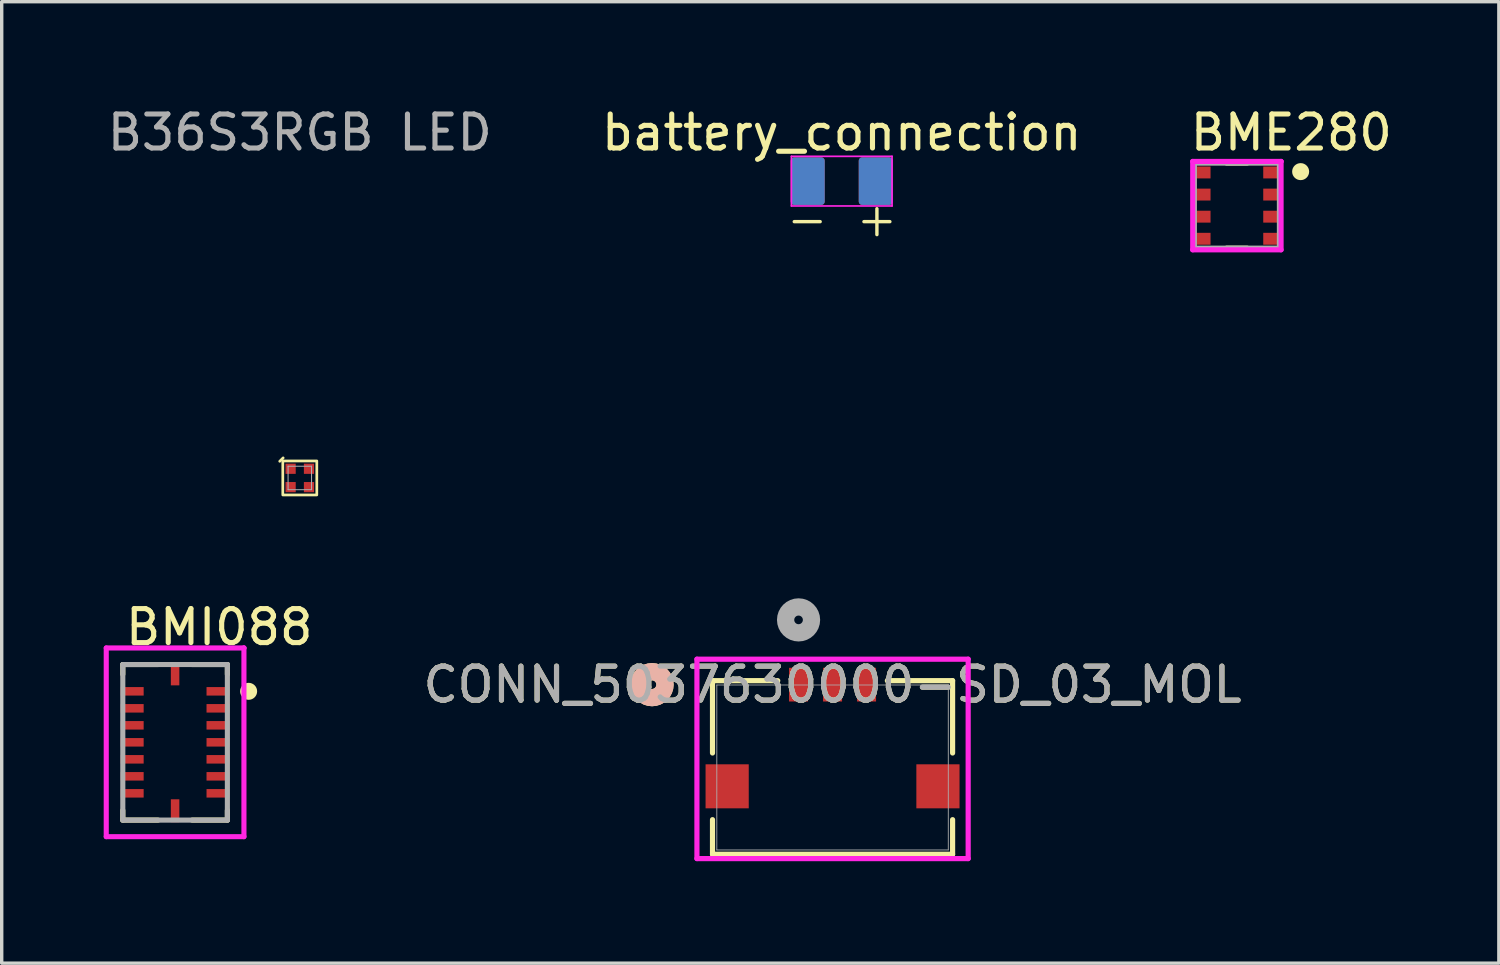
<source format=kicad_pcb>
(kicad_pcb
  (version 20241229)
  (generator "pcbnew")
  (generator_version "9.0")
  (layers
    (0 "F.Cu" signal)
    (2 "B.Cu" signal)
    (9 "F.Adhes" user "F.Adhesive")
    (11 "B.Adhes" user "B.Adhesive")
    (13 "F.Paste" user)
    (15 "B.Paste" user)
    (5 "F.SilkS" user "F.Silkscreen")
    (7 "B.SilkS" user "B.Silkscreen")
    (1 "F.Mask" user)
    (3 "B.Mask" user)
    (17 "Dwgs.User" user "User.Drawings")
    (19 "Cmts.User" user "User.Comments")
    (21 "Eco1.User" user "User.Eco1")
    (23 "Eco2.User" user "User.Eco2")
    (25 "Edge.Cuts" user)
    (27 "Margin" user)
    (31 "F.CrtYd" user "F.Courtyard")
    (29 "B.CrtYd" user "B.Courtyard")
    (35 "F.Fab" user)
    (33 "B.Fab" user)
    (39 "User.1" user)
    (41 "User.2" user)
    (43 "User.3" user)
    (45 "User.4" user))
  (footprint "battery_connection"
    (layer "F.Cu")
    (at 21.708 2.278)
    (property "Reference" "battery_connection" (at 0 -1.43 0) (layer "F.SilkS") (effects (font (size 1 1) (thickness 0.15))))
    (attr smd)
    (fp_line (start -1.48 -0.73) (end 1.48 -0.73) (stroke (width 0.05) (type solid)) (layer "F.CrtYd"))
    (fp_line (start -1.48 0.73) (end -1.48 -0.73) (stroke (width 0.05) (type solid)) (layer "F.CrtYd"))
    (fp_line (start 1.48 -0.73) (end 1.48 0.73) (stroke (width 0.05) (type solid)) (layer "F.CrtYd"))
    (fp_line (start 1.48 0.73) (end -1.48 0.73) (stroke (width 0.05) (type solid)) (layer "F.CrtYd"))
    (fp_text user "+" (at 0.35 1.7 0) (unlocked yes) (layer "F.SilkS") (effects (font (size 1 1) (thickness 0.1)) (justify left bottom)))
    (fp_text user "-" (at -1.7 1.7 0) (unlocked yes) (layer "F.SilkS") (effects (font (size 1 1) (thickness 0.1)) (justify left bottom)))
    (pad "1" smd roundrect (at -1 0) (size 1 1.4) (layers "F.Cu" "F.Mask" "F.Paste") (roundrect_rratio 0.1))
    (pad "1" smd roundrect (at -1 0) (size 1 1.4) (layers "B.Cu" "B.Mask" "B.Paste") (roundrect_rratio 0.1))
    (pad "2" smd roundrect (at 1 0) (size 1 1.4) (layers "F.Cu" "F.Mask" "F.Paste") (roundrect_rratio 0.1))
    (pad "2" smd roundrect (at 1 0) (size 1 1.4) (layers "B.Cu" "B.Mask" "B.Paste") (roundrect_rratio 0.1)))
  (footprint "BMI088"
    (layer "F.Cu")
    (at 2.1 18.784)
    (property "Reference" "BMI088" (at -1.538 -3.388 0) (layer "F.SilkS") (effects (font (size 1 1) (thickness 0.15)) (justify left)))
    (attr through_hole)
    (fp_line (start -1.538 -2.288) (end -0.5 -2.288) (stroke (width 0.15) (type solid)) (layer "F.SilkS"))
    (fp_line (start -1.538 -2) (end -1.538 -2.288) (stroke (width 0.15) (type solid)) (layer "F.SilkS"))
    (fp_line (start -1.538 2.288) (end -1.538 2) (stroke (width 0.15) (type solid)) (layer "F.SilkS"))
    (fp_line (start -1.538 2.288) (end -0.5 2.288) (stroke (width 0.15) (type solid)) (layer "F.SilkS"))
    (fp_line (start 0.5 -2.288) (end 1.538 -2.288) (stroke (width 0.15) (type solid)) (layer "F.SilkS"))
    (fp_line (start 0.5 2.288) (end 1.538 2.288) (stroke (width 0.15) (type solid)) (layer "F.SilkS"))
    (fp_line (start 1.538 -2) (end 1.538 -2.288) (stroke (width 0.15) (type solid)) (layer "F.SilkS"))
    (fp_line (start 1.538 2.288) (end 1.538 2) (stroke (width 0.15) (type solid)) (layer "F.SilkS"))
    (fp_circle (center 2.163 -1.5) (end 2.288 -1.5) (stroke (width 0.25) (type solid)) (fill no) (layer "F.SilkS"))
    (fp_line (start -2.025 -2.775) (end -2.025 2.775) (stroke (width 0.15) (type solid)) (layer "F.CrtYd"))
    (fp_line (start -2.025 2.775) (end 2.025 2.775) (stroke (width 0.15) (type solid)) (layer "F.CrtYd"))
    (fp_line (start 2.025 -2.775) (end -2.025 -2.775) (stroke (width 0.15) (type solid)) (layer "F.CrtYd"))
    (fp_line (start 2.025 -2.775) (end 2.025 -2.775) (stroke (width 0.15) (type solid)) (layer "F.CrtYd"))
    (fp_line (start 2.025 2.775) (end 2.025 -2.775) (stroke (width 0.15) (type solid)) (layer "F.CrtYd"))
    (fp_line (start -1.538 -2.288) (end 1.538 -2.288) (stroke (width 0.15) (type solid)) (layer "F.Fab"))
    (fp_line (start -1.538 2.288) (end -1.538 -2.288) (stroke (width 0.15) (type solid)) (layer "F.Fab"))
    (fp_line (start 1.538 -2.288) (end 1.538 2.288) (stroke (width 0.15) (type solid)) (layer "F.Fab"))
    (fp_line (start 1.538 2.288) (end -1.538 2.288) (stroke (width 0.15) (type solid)) (layer "F.Fab"))
    (pad "1" smd rect (at 1.262 -1.5) (size 0.675 0.25) (layers "F.Cu" "F.Mask" "F.Paste"))
    (pad "2" smd rect (at 1.262 -1) (size 0.675 0.25) (layers "F.Cu" "F.Mask" "F.Paste"))
    (pad "3" smd rect (at 1.262 -0.5) (size 0.675 0.25) (layers "F.Cu" "F.Mask" "F.Paste"))
    (pad "4" smd rect (at 1.262 0) (size 0.675 0.25) (layers "F.Cu" "F.Mask" "F.Paste"))
    (pad "5" smd rect (at 1.262 0.5) (size 0.675 0.25) (layers "F.Cu" "F.Mask" "F.Paste"))
    (pad "6" smd rect (at 1.262 1) (size 0.675 0.25) (layers "F.Cu" "F.Mask" "F.Paste"))
    (pad "7" smd rect (at 1.262 1.5) (size 0.675 0.25) (layers "F.Cu" "F.Mask" "F.Paste"))
    (pad "8" smd rect (at 0 2.013) (size 0.25 0.675) (layers "F.Cu" "F.Mask" "F.Paste"))
    (pad "9" smd rect (at -1.262 1.5) (size 0.675 0.25) (layers "F.Cu" "F.Mask" "F.Paste"))
    (pad "10" smd rect (at -1.262 1) (size 0.675 0.25) (layers "F.Cu" "F.Mask" "F.Paste"))
    (pad "11" smd rect (at -1.262 0.5) (size 0.675 0.25) (layers "F.Cu" "F.Mask" "F.Paste"))
    (pad "12" smd rect (at -1.262 0) (size 0.675 0.25) (layers "F.Cu" "F.Mask" "F.Paste"))
    (pad "13" smd rect (at -1.262 -0.5) (size 0.675 0.25) (layers "F.Cu" "F.Mask" "F.Paste"))
    (pad "14" smd rect (at -1.262 -1) (size 0.675 0.25) (layers "F.Cu" "F.Mask" "F.Paste"))
    (pad "15" smd rect (at -1.262 -1.5) (size 0.675 0.25) (layers "F.Cu" "F.Mask" "F.Paste"))
    (pad "16" smd rect (at 0 -2.013) (size 0.25 0.675) (layers "F.Cu" "F.Mask" "F.Paste")))
  (footprint "CONN_5037630000-SD_03_MOL"
    (layer "F.Cu")
    (at 21.438 19.524)
    (property "Reference" "CONN_5037630000-SD_03_MOL" (at 0 -2.436 0) (unlocked yes) (layer "F.SilkS") (effects (font (size 1 1) (thickness 0.15))))
    (attr smd)
    (fp_line (start -3.531 -2.553) (end -3.531 -0.426) (stroke (width 0.152) (type solid)) (layer "F.SilkS"))
    (fp_line (start -3.531 1.535) (end -3.531 2.553) (stroke (width 0.152) (type solid)) (layer "F.SilkS"))
    (fp_line (start -3.531 2.553) (end 3.531 2.553) (stroke (width 0.152) (type solid)) (layer "F.SilkS"))
    (fp_line (start -1.612 -2.553) (end -3.531 -2.553) (stroke (width 0.152) (type solid)) (layer "F.SilkS"))
    (fp_line (start 3.531 -2.553) (end 1.612 -2.553) (stroke (width 0.152) (type solid)) (layer "F.SilkS"))
    (fp_line (start 3.531 -0.426) (end 3.531 -2.553) (stroke (width 0.152) (type solid)) (layer "F.SilkS"))
    (fp_line (start 3.531 2.553) (end 3.531 1.535) (stroke (width 0.152) (type solid)) (layer "F.SilkS"))
    (fp_circle (center -5.309 -2.436) (end -4.928 -2.436) (stroke (width 0.508) (type solid)) (fill no) (layer "F.SilkS"))
    (fp_circle (center -5.309 -2.436) (end -4.928 -2.436) (stroke (width 0.508) (type solid)) (fill no) (layer "B.SilkS"))
    (fp_line (start -3.989 -3.185) (end -3.989 2.68) (stroke (width 0.152) (type solid)) (layer "F.CrtYd"))
    (fp_line (start -3.989 2.68) (end 3.989 2.68) (stroke (width 0.152) (type solid)) (layer "F.CrtYd"))
    (fp_line (start 3.989 -3.185) (end -3.989 -3.185) (stroke (width 0.152) (type solid)) (layer "F.CrtYd"))
    (fp_line (start 3.989 2.68) (end 3.989 -3.185) (stroke (width 0.152) (type solid)) (layer "F.CrtYd"))
    (fp_line (start -3.404 -2.426) (end -3.404 2.426) (stroke (width 0.025) (type solid)) (layer "F.Fab"))
    (fp_line (start -3.404 2.426) (end 3.404 2.426) (stroke (width 0.025) (type solid)) (layer "F.Fab"))
    (fp_line (start 3.404 -2.426) (end -3.404 -2.426) (stroke (width 0.025) (type solid)) (layer "F.Fab"))
    (fp_line (start 3.404 2.426) (end 3.404 -2.426) (stroke (width 0.025) (type solid)) (layer "F.Fab"))
    (fp_circle (center -1 -4.341) (end -0.619 -4.341) (stroke (width 0.508) (type solid)) (fill no) (layer "F.Fab"))
    (fp_text user "${REFERENCE}" (at 0 -2.436 0) (unlocked yes) (layer "F.Fab") (effects (font (size 1 1) (thickness 0.15))))
    (pad "1" smd rect (at -1 -2.436) (size 0.559 0.991) (layers "F.Cu" "F.Mask" "F.Paste"))
    (pad "2" smd rect (at 0 -2.436) (size 0.559 0.991) (layers "F.Cu" "F.Mask" "F.Paste"))
    (pad "3" smd rect (at 1 -2.436) (size 0.559 0.991) (layers "F.Cu" "F.Mask" "F.Paste"))
    (pad "4" smd rect (at -3.1 0.554) (size 1.27 1.295) (layers "F.Cu" "F.Mask" "F.Paste"))
    (pad "5" smd rect (at 3.1 0.554) (size 1.27 1.295) (layers "F.Cu" "F.Mask" "F.Paste")))
  (footprint "BME280"
    (layer "F.Cu")
    (at 33.331 2.998)
    (property "Reference" "BME280" (at -1.45 -2.15 0) (layer "F.SilkS") (effects (font (size 1 1) (thickness 0.15)) (justify left)))
    (attr through_hole)
    (fp_line (start -0.3 -1.25) (end 0.3 -1.25) (stroke (width 0.15) (type solid)) (layer "F.SilkS"))
    (fp_line (start 0.3 1.25) (end -0.3 1.25) (stroke (width 0.15) (type solid)) (layer "F.SilkS"))
    (fp_circle (center 1.875 -1) (end 2 -1) (stroke (width 0.25) (type solid)) (fill no) (layer "F.SilkS"))
    (fp_line (start -1.3 -1.3) (end -1.3 1.3) (stroke (width 0.15) (type solid)) (layer "F.CrtYd"))
    (fp_line (start -1.3 1.3) (end 1.3 1.3) (stroke (width 0.15) (type solid)) (layer "F.CrtYd"))
    (fp_line (start 1.3 -1.3) (end -1.3 -1.3) (stroke (width 0.15) (type solid)) (layer "F.CrtYd"))
    (fp_line (start 1.3 -1.3) (end 1.3 -1.3) (stroke (width 0.15) (type solid)) (layer "F.CrtYd"))
    (fp_line (start 1.3 1.3) (end 1.3 -1.3) (stroke (width 0.15) (type solid)) (layer "F.CrtYd"))
    (fp_line (start -1.25 -1.25) (end 1.25 -1.25) (stroke (width 0.15) (type solid)) (layer "F.Fab"))
    (fp_line (start -1.25 1.25) (end -1.25 -1.25) (stroke (width 0.15) (type solid)) (layer "F.Fab"))
    (fp_line (start 1.25 -1.25) (end 1.25 1.25) (stroke (width 0.15) (type solid)) (layer "F.Fab"))
    (fp_line (start 1.25 1.25) (end -1.25 1.25) (stroke (width 0.15) (type solid)) (layer "F.Fab"))
    (pad "1" smd rect (at 1.025 -0.975) (size 0.5 0.35) (layers "F.Cu" "F.Mask" "F.Paste"))
    (pad "2" smd rect (at 1.025 -0.325) (size 0.5 0.35) (layers "F.Cu" "F.Mask" "F.Paste"))
    (pad "3" smd rect (at 1.025 0.325) (size 0.5 0.35) (layers "F.Cu" "F.Mask" "F.Paste"))
    (pad "4" smd rect (at 1.025 0.975) (size 0.5 0.35) (layers "F.Cu" "F.Mask" "F.Paste"))
    (pad "5" smd rect (at -1.025 0.975) (size 0.5 0.35) (layers "F.Cu" "F.Mask" "F.Paste"))
    (pad "6" smd rect (at -1.025 0.325) (size 0.5 0.35) (layers "F.Cu" "F.Mask" "F.Paste"))
    (pad "7" smd rect (at -1.025 -0.325) (size 0.5 0.35) (layers "F.Cu" "F.Mask" "F.Paste"))
    (pad "8" smd rect (at -1.025 -0.975) (size 0.5 0.35) (layers "F.Cu" "F.Mask" "F.Paste")))
  (footprint "B36S3RGB LED"
    (layer "F.Cu")
    (at 5.768 11.008)
    (property "Reference" "B36S3RGB LED" (at 0 -10.16 0) (unlocked yes) (layer "F.SilkS") (effects (font (size 1 1) (thickness 0.1))))
    (attr smd)
    (fp_line (start -0.59 -0.49) (end -0.49 -0.59) (stroke (width 0.08) (type default)) (layer "F.SilkS"))
    (fp_rect (start -0.5 -0.5) (end 0.5 0.5) (stroke (width 0.08) (type default)) (fill no) (layer "F.SilkS"))
    (fp_line (start -0.345 -0.345) (end -0.345 0.345) (stroke (width 0.03) (type default)) (layer "F.Fab"))
    (fp_line (start -0.345 -0.345) (end 0.345 -0.345) (stroke (width 0.03) (type default)) (layer "F.Fab"))
    (fp_line (start -0.345 0.345) (end 0.345 0.345) (stroke (width 0.03) (type default)) (layer "F.Fab"))
    (fp_line (start 0.345 -0.345) (end 0.345 0.345) (stroke (width 0.03) (type default)) (layer "F.Fab"))
    (fp_text user "${REFERENCE}" (at 0 -10.16 0) (unlocked yes) (layer "F.Fab") (effects (font (size 1 1) (thickness 0.15))))
    (pad "1" smd rect (at -0.27 -0.27 90) (size 0.3 0.3) (layers "F.Cu" "F.Mask" "F.Paste"))
    (pad "2" smd rect (at -0.27 0.27 90) (size 0.3 0.3) (layers "F.Cu" "F.Mask" "F.Paste"))
    (pad "3" smd rect (at 0.27 0.27) (size 0.3 0.3) (layers "F.Cu" "F.Mask" "F.Paste"))
    (pad "4" smd rect (at 0.27 -0.27) (size 0.3 0.3) (layers "F.Cu" "F.Mask" "F.Paste")))
  (gr_rect
    (start -3 -3)
    (end 41.036 25.28)
    (stroke (width 0.1) (type default))
    (fill no)
    (layer "Edge.Cuts")))
</source>
